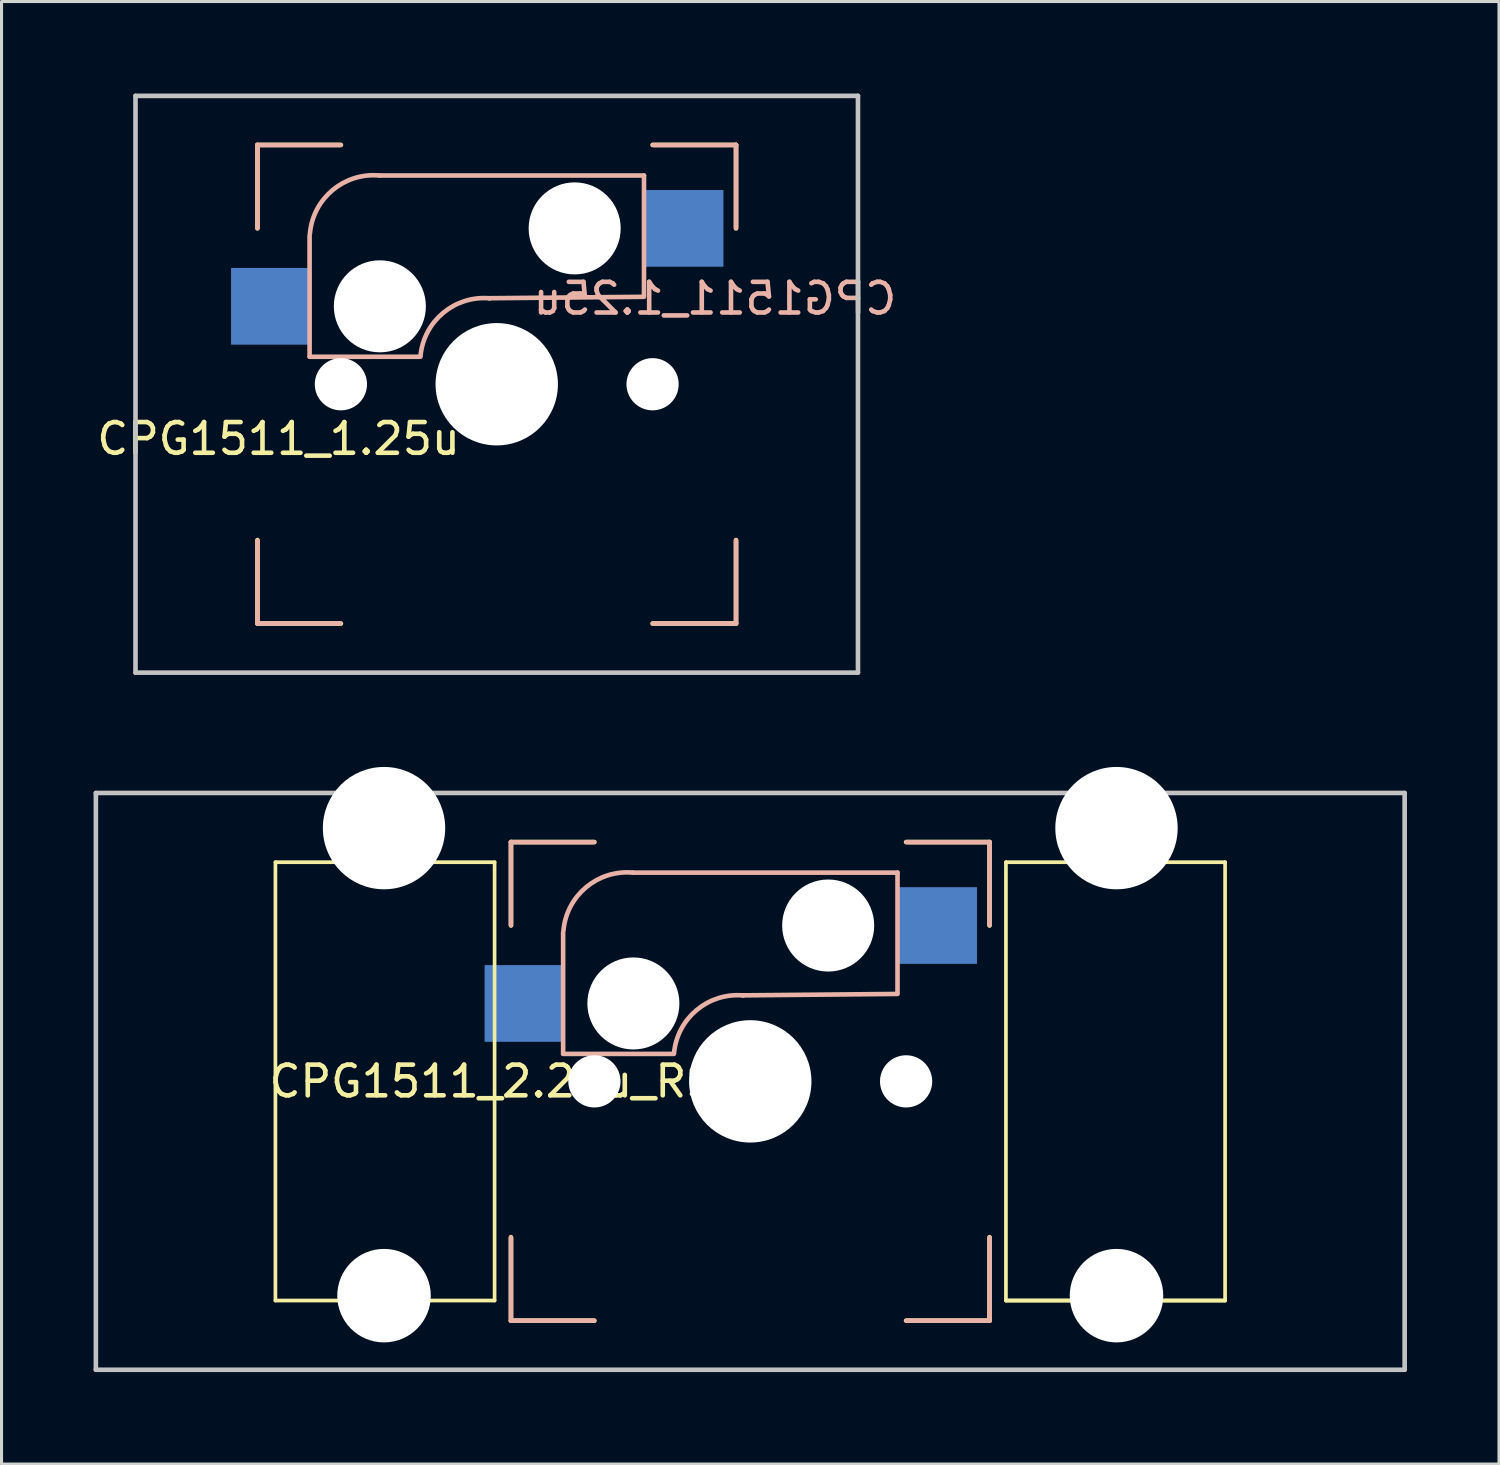
<source format=kicad_pcb>
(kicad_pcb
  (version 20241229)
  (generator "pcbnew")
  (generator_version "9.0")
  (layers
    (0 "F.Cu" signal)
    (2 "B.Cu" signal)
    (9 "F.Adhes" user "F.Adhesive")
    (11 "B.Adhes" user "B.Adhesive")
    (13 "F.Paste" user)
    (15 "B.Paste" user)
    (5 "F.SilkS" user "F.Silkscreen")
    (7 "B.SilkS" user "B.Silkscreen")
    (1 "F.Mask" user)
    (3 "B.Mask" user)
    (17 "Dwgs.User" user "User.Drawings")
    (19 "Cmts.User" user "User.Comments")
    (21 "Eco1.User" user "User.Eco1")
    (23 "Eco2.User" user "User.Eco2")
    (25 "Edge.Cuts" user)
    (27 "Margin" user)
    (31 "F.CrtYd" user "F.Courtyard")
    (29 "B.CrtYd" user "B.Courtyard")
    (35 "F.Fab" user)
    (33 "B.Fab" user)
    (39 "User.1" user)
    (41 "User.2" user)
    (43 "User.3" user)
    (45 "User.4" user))
  (footprint "CPG1511_1.25u"
    (layer "F.Cu")
    (at 13.142 9.475)
    (property "Reference" "CPG1511_1.25u" (at -7.112 1.778 180) (layer "F.SilkS") (effects (font (size 1 1) (thickness 0.15))))
    (attr through_hole)
    (fp_line (start -7.8 -7.8) (end -5.08 -7.8) (stroke (width 0.15) (type solid)) (layer "F.SilkS"))
    (fp_line (start -7.8 -5.08) (end -7.8 -7.8) (stroke (width 0.15) (type solid)) (layer "F.SilkS"))
    (fp_line (start -7.8 5.08) (end -7.8 7.8) (stroke (width 0.15) (type solid)) (layer "F.SilkS"))
    (fp_line (start -7.8 7.8) (end -5.08 7.8) (stroke (width 0.15) (type solid)) (layer "F.SilkS"))
    (fp_line (start 5.08 7.8) (end 7.8 7.8) (stroke (width 0.15) (type solid)) (layer "F.SilkS"))
    (fp_line (start 7.8 -7.8) (end 5.08 -7.8) (stroke (width 0.15) (type solid)) (layer "F.SilkS"))
    (fp_line (start 7.8 -5.08) (end 7.8 -7.8) (stroke (width 0.15) (type solid)) (layer "F.SilkS"))
    (fp_line (start 7.8 7.8) (end 7.8 5.08) (stroke (width 0.15) (type solid)) (layer "F.SilkS"))
    (fp_line (start -7.8 -7.8) (end -5.1 -7.8) (stroke (width 0.15) (type solid)) (layer "B.SilkS"))
    (fp_line (start -7.8 -5.1) (end -7.8 -7.8) (stroke (width 0.15) (type solid)) (layer "B.SilkS"))
    (fp_line (start -7.8 7.8) (end -7.8 5.1) (stroke (width 0.15) (type solid)) (layer "B.SilkS"))
    (fp_line (start -6.1 -4.85) (end -6.1 -0.905) (stroke (width 0.15) (type solid)) (layer "B.SilkS"))
    (fp_line (start -6.1 -0.896) (end -2.49 -0.896) (stroke (width 0.15) (type solid)) (layer "B.SilkS"))
    (fp_line (start -5.1 7.8) (end -7.8 7.8) (stroke (width 0.15) (type solid)) (layer "B.SilkS"))
    (fp_line (start 4.8 -6.804) (end -3.825 -6.804) (stroke (width 0.15) (type solid)) (layer "B.SilkS"))
    (fp_line (start 4.8 -2.896) (end 4.8 -6.804) (stroke (width 0.15) (type solid)) (layer "B.SilkS"))
    (fp_line (start 4.8 -2.85) (end -0.25 -2.804) (stroke (width 0.15) (type solid)) (layer "B.SilkS"))
    (fp_line (start 5.1 -7.8) (end 7.8 -7.8) (stroke (width 0.15) (type solid)) (layer "B.SilkS"))
    (fp_line (start 7.8 -7.8) (end 7.8 -5.1) (stroke (width 0.15) (type solid)) (layer "B.SilkS"))
    (fp_line (start 7.8 5.1) (end 7.8 7.8) (stroke (width 0.15) (type solid)) (layer "B.SilkS"))
    (fp_line (start 7.8 7.8) (end 5.1 7.8) (stroke (width 0.15) (type solid)) (layer "B.SilkS"))
    (fp_arc (start -6.089 -4.92) (mid -5.347189 -6.33089) (end -3.825 -6.804) (stroke (width 0.15) (type solid)) (layer "B.SilkS"))
    (fp_arc (start -2.484999 -0.920001) (mid -1.74436 -2.328062) (end -0.225 -2.8) (stroke (width 0.15) (type solid)) (layer "B.SilkS"))
    (fp_line (start -11.775 -9.4) (end 11.775 -9.4) (stroke (width 0.15) (type solid)) (layer "Dwgs.User"))
    (fp_line (start -11.775 9.4) (end -11.775 -9.4) (stroke (width 0.15) (type solid)) (layer "Dwgs.User"))
    (fp_line (start 11.775 -9.4) (end 11.775 9.4) (stroke (width 0.15) (type solid)) (layer "Dwgs.User"))
    (fp_line (start 11.775 9.4) (end -11.775 9.4) (stroke (width 0.15) (type solid)) (layer "Dwgs.User"))
    (fp_line (start -7 7) (end -7 -7) (stroke (width 0.15) (type solid)) (layer "Eco2.User"))
    (fp_line (start -7 7) (end 7 7) (stroke (width 0.15) (type solid)) (layer "Eco2.User"))
    (fp_line (start 7 -7) (end -7 -7) (stroke (width 0.15) (type solid)) (layer "Eco2.User"))
    (fp_line (start 7 -7) (end 7 7) (stroke (width 0.15) (type solid)) (layer "Eco2.User"))
    (fp_text user "${REFERENCE}" (at 7.112 -2.794 0) (layer "B.SilkS") (effects (font (size 1 1) (thickness 0.15)) (justify mirror)))
    (pad "" np_thru_hole circle (at -5.08 0) (size 1.702 1.702) (drill 1.702) (layers "*.Cu" "*.Mask"))
    (pad "" np_thru_hole circle (at -3.81 -2.54) (size 3 3) (drill 3) (layers "*.Cu" "*.Mask"))
    (pad "" np_thru_hole circle (at 0 0) (size 3.988 3.988) (drill 3.988) (layers "*.Cu" "*.Mask"))
    (pad "" np_thru_hole circle (at 2.54 -5.08) (size 3 3) (drill 3) (layers "*.Cu" "*.Mask"))
    (pad "" np_thru_hole circle (at 5.08 0) (size 1.702 1.702) (drill 1.702) (layers "*.Cu" "*.Mask"))
    (pad "1" smd rect (at -7.385 -2.54) (size 2.55 2.5) (layers "B.Cu" "B.Mask" "B.Paste"))
    (pad "2" smd rect (at 6.115 -5.08 180) (size 2.55 2.5) (layers "B.Cu" "B.Mask" "B.Paste")))
  (footprint "CPG1511_2.25u_RS"
    (layer "F.Cu")
    (at 21.406 32.199)
    (property "Reference" "CPG1511_2.25u_RS" (at -8.4 0 180) (layer "F.SilkS") (effects (font (size 1 1) (thickness 0.15))))
    (attr through_hole)
    (fp_line (start -15.478 -7.144) (end -15.478 7.144) (stroke (width 0.12) (type solid)) (layer "F.SilkS"))
    (fp_line (start -15.478 7.144) (end -8.334 7.144) (stroke (width 0.12) (type solid)) (layer "F.SilkS"))
    (fp_line (start -8.334 -7.144) (end -15.478 -7.144) (stroke (width 0.12) (type solid)) (layer "F.SilkS"))
    (fp_line (start -8.334 7.144) (end -8.334 -7.144) (stroke (width 0.12) (type solid)) (layer "F.SilkS"))
    (fp_line (start -7.8 -7.8) (end -5.08 -7.8) (stroke (width 0.15) (type solid)) (layer "F.SilkS"))
    (fp_line (start -7.8 -5.08) (end -7.8 -7.8) (stroke (width 0.15) (type solid)) (layer "F.SilkS"))
    (fp_line (start -7.8 5.08) (end -7.8 7.8) (stroke (width 0.15) (type solid)) (layer "F.SilkS"))
    (fp_line (start -7.8 7.8) (end -5.08 7.8) (stroke (width 0.15) (type solid)) (layer "F.SilkS"))
    (fp_line (start 5.08 7.8) (end 7.8 7.8) (stroke (width 0.15) (type solid)) (layer "F.SilkS"))
    (fp_line (start 7.8 -7.8) (end 5.08 -7.8) (stroke (width 0.15) (type solid)) (layer "F.SilkS"))
    (fp_line (start 7.8 -5.08) (end 7.8 -7.8) (stroke (width 0.15) (type solid)) (layer "F.SilkS"))
    (fp_line (start 7.8 7.8) (end 7.8 5.08) (stroke (width 0.15) (type solid)) (layer "F.SilkS"))
    (fp_line (start 8.334 -7.144) (end 15.478 -7.144) (stroke (width 0.12) (type solid)) (layer "F.SilkS"))
    (fp_line (start 8.334 7.144) (end 8.334 -7.144) (stroke (width 0.12) (type solid)) (layer "F.SilkS"))
    (fp_line (start 8.334 7.144) (end 15.478 7.144) (stroke (width 0.12) (type solid)) (layer "F.SilkS"))
    (fp_line (start 15.478 -7.144) (end 15.478 7.144) (stroke (width 0.12) (type solid)) (layer "F.SilkS"))
    (fp_line (start 15.478 7.144) (end 8.334 7.144) (stroke (width 0.12) (type solid)) (layer "F.SilkS"))
    (fp_line (start -7.8 -7.8) (end -5.1 -7.8) (stroke (width 0.15) (type solid)) (layer "B.SilkS"))
    (fp_line (start -7.8 -5.1) (end -7.8 -7.8) (stroke (width 0.15) (type solid)) (layer "B.SilkS"))
    (fp_line (start -7.8 7.8) (end -7.8 5.1) (stroke (width 0.15) (type solid)) (layer "B.SilkS"))
    (fp_line (start -6.1 -4.85) (end -6.1 -0.905) (stroke (width 0.15) (type solid)) (layer "B.SilkS"))
    (fp_line (start -6.1 -0.896) (end -2.49 -0.896) (stroke (width 0.15) (type solid)) (layer "B.SilkS"))
    (fp_line (start -5.1 7.8) (end -7.8 7.8) (stroke (width 0.15) (type solid)) (layer "B.SilkS"))
    (fp_line (start 4.8 -6.804) (end -3.825 -6.804) (stroke (width 0.15) (type solid)) (layer "B.SilkS"))
    (fp_line (start 4.8 -2.896) (end 4.8 -6.804) (stroke (width 0.15) (type solid)) (layer "B.SilkS"))
    (fp_line (start 4.8 -2.85) (end -0.25 -2.804) (stroke (width 0.15) (type solid)) (layer "B.SilkS"))
    (fp_line (start 5.1 -7.8) (end 7.8 -7.8) (stroke (width 0.15) (type solid)) (layer "B.SilkS"))
    (fp_line (start 7.8 -7.8) (end 7.8 -5.1) (stroke (width 0.15) (type solid)) (layer "B.SilkS"))
    (fp_line (start 7.8 5.1) (end 7.8 7.8) (stroke (width 0.15) (type solid)) (layer "B.SilkS"))
    (fp_line (start 7.8 7.8) (end 5.1 7.8) (stroke (width 0.15) (type solid)) (layer "B.SilkS"))
    (fp_arc (start -6.089 -4.92) (mid -5.347189 -6.33089) (end -3.825 -6.804) (stroke (width 0.15) (type solid)) (layer "B.SilkS"))
    (fp_arc (start -2.484999 -0.920001) (mid -1.74436 -2.328062) (end -0.225 -2.8) (stroke (width 0.15) (type solid)) (layer "B.SilkS"))
    (fp_line (start -21.331 -9.4) (end 21.331 -9.4) (stroke (width 0.15) (type solid)) (layer "Dwgs.User"))
    (fp_line (start -21.331 9.4) (end -21.331 -9.4) (stroke (width 0.15) (type solid)) (layer "Dwgs.User"))
    (fp_line (start 21.331 -9.4) (end 21.331 9.4) (stroke (width 0.15) (type solid)) (layer "Dwgs.User"))
    (fp_line (start 21.331 9.4) (end -21.331 9.4) (stroke (width 0.15) (type solid)) (layer "Dwgs.User"))
    (fp_line (start -7 7) (end -7 -7) (stroke (width 0.15) (type solid)) (layer "Eco2.User"))
    (fp_line (start -7 7) (end 7 7) (stroke (width 0.15) (type solid)) (layer "Eco2.User"))
    (fp_line (start 7 -7) (end -7 -7) (stroke (width 0.15) (type solid)) (layer "Eco2.User"))
    (fp_line (start 7 -7) (end 7 7) (stroke (width 0.15) (type solid)) (layer "Eco2.User"))
    (pad "" np_thru_hole circle (at -11.938 -8.255) (size 3.988 3.988) (drill 3.988) (layers "*.Cu" "*.Mask"))
    (pad "" np_thru_hole circle (at -11.938 6.985) (size 3.048 3.048) (drill 3.048) (layers "*.Cu" "*.Mask"))
    (pad "" np_thru_hole circle (at -5.08 0) (size 1.702 1.702) (drill 1.702) (layers "*.Cu" "*.Mask"))
    (pad "" np_thru_hole circle (at -3.81 -2.54) (size 3 3) (drill 3) (layers "*.Cu" "*.Mask"))
    (pad "" np_thru_hole circle (at 0 0) (size 3.988 3.988) (drill 3.988) (layers "*.Cu" "*.Mask"))
    (pad "" np_thru_hole circle (at 2.54 -5.08) (size 3 3) (drill 3) (layers "*.Cu" "*.Mask"))
    (pad "" np_thru_hole circle (at 5.08 0) (size 1.702 1.702) (drill 1.702) (layers "*.Cu" "*.Mask"))
    (pad "" np_thru_hole circle (at 11.938 -8.255) (size 3.988 3.988) (drill 3.988) (layers "*.Cu" "*.Mask"))
    (pad "" np_thru_hole circle (at 11.938 6.985) (size 3.048 3.048) (drill 3.048) (layers "*.Cu" "*.Mask"))
    (pad "1" smd rect (at -7.385 -2.54) (size 2.55 2.5) (layers "B.Cu" "B.Mask" "B.Paste"))
    (pad "2" smd rect (at 6.115 -5.08 180) (size 2.55 2.5) (layers "B.Cu" "B.Mask" "B.Paste")))
  (gr_rect
    (start -3 -3)
    (end 45.812 44.674)
    (stroke (width 0.1) (type default))
    (fill no)
    (layer "Edge.Cuts")))
</source>
